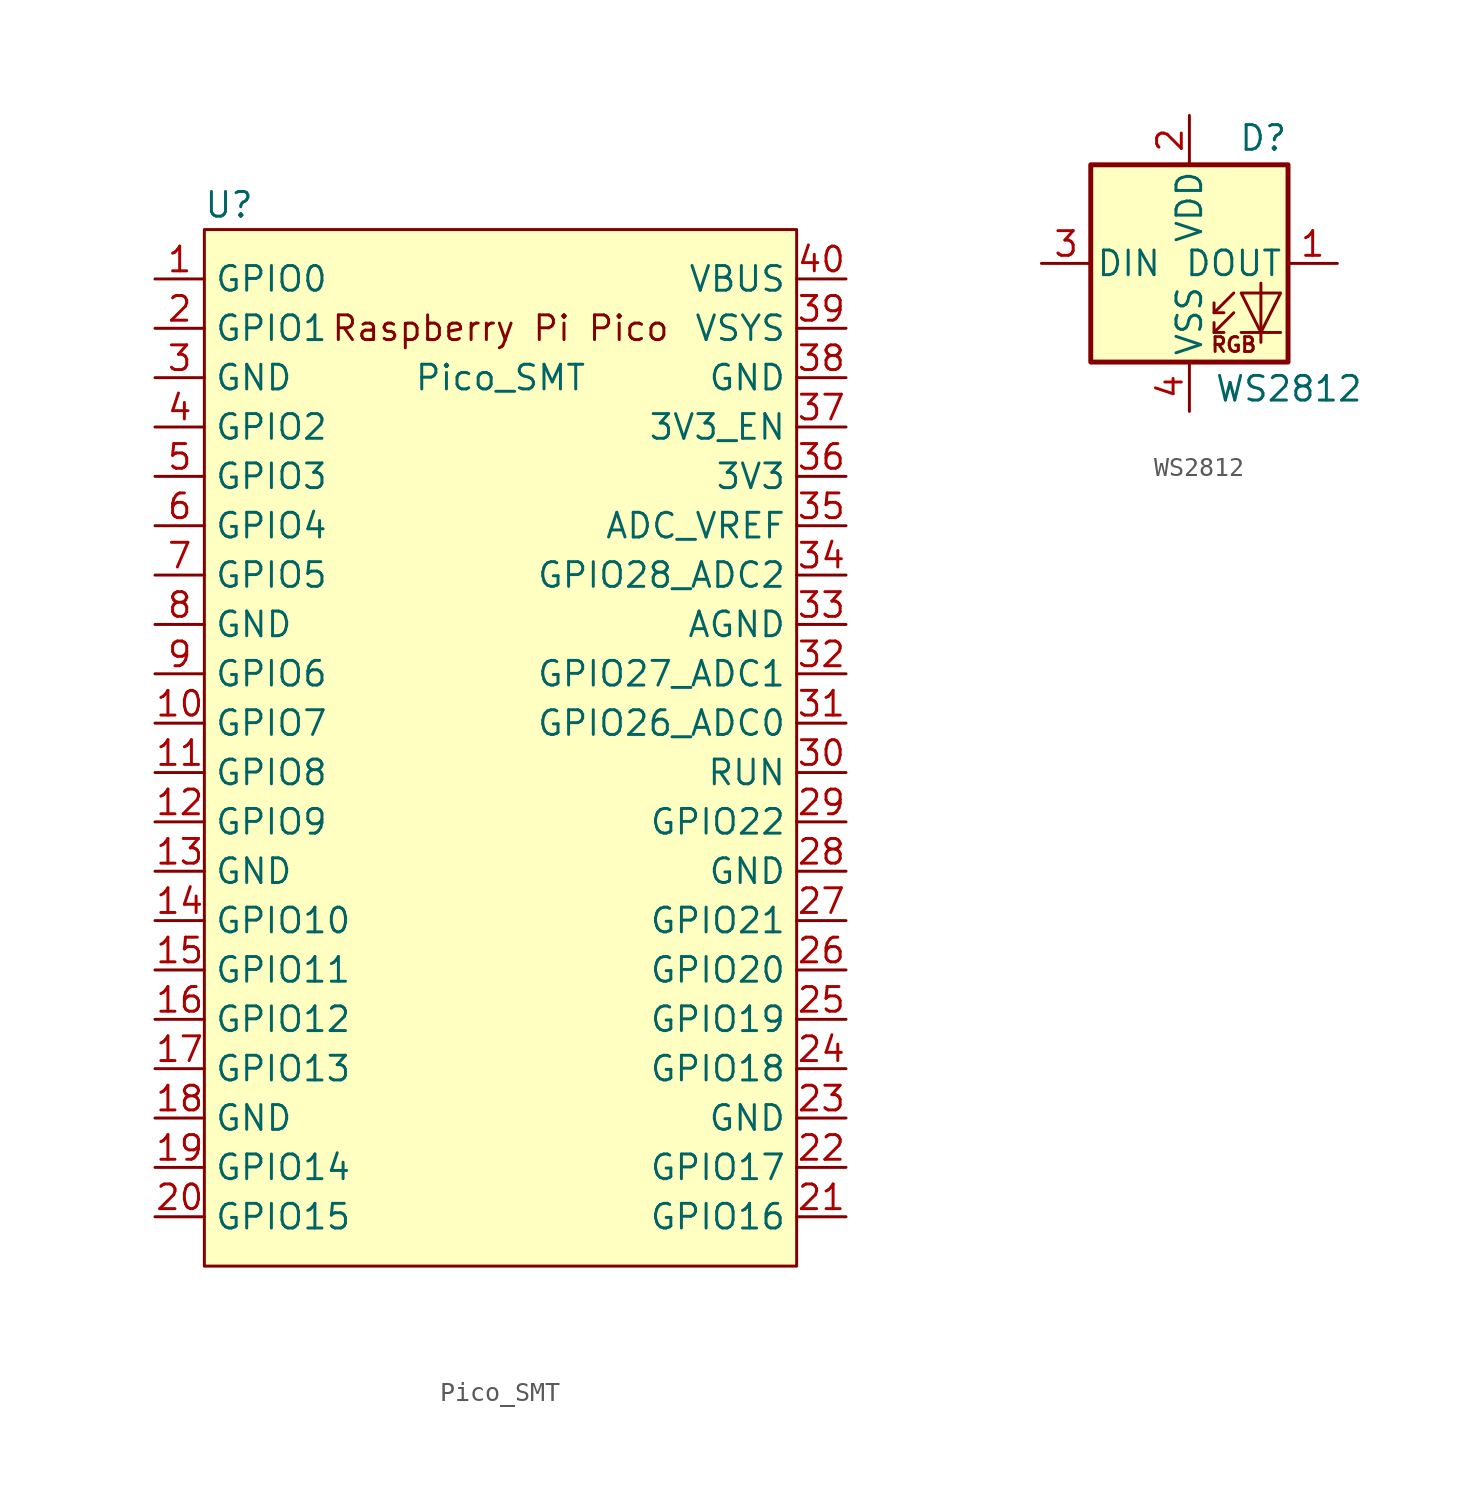
<source format=kicad_sym>
(kicad_symbol_lib
  (version 20220914)
  (generator kicad_symbol_editor)
  (symbol "Pico_SMT"
    (property "Reference" "U"
      (at -13.97 27.94 0)
      (effects (font (size 1.27 1.27))))
    (property "Value" "Pico_SMT"
      (at 0 19.05 0)
      (effects (font (size 1.27 1.27))))
    (symbol "Pico_SMT_0_0"
      (text "Raspberry Pi Pico" (at 0 21.59 0) (effects (font (size 1.27 1.27)))))
    (symbol "Pico_SMT_0_1"
      (rectangle (start -15.24 26.67) (end 15.24 -26.67) (stroke (width 0) (type default)) (fill (type background))))
    (symbol "Pico_SMT_1_1"
      (pin bidirectional line (at -17.78 24.13 0) (length 2.54) (name "GPIO0" (effects (font (size 1.27 1.27)))) (number "1" (effects (font (size 1.27 1.27)))))
      (pin bidirectional line (at -17.78 1.27 0) (length 2.54) (name "GPIO7" (effects (font (size 1.27 1.27)))) (number "10" (effects (font (size 1.27 1.27)))))
      (pin bidirectional line (at -17.78 -1.27 0) (length 2.54) (name "GPIO8" (effects (font (size 1.27 1.27)))) (number "11" (effects (font (size 1.27 1.27)))))
      (pin bidirectional line (at -17.78 -3.81 0) (length 2.54) (name "GPIO9" (effects (font (size 1.27 1.27)))) (number "12" (effects (font (size 1.27 1.27)))))
      (pin power_in line (at -17.78 -6.35 0) (length 2.54) (name "GND" (effects (font (size 1.27 1.27)))) (number "13" (effects (font (size 1.27 1.27)))))
      (pin bidirectional line (at -17.78 -8.89 0) (length 2.54) (name "GPIO10" (effects (font (size 1.27 1.27)))) (number "14" (effects (font (size 1.27 1.27)))))
      (pin bidirectional line (at -17.78 -11.43 0) (length 2.54) (name "GPIO11" (effects (font (size 1.27 1.27)))) (number "15" (effects (font (size 1.27 1.27)))))
      (pin bidirectional line (at -17.78 -13.97 0) (length 2.54) (name "GPIO12" (effects (font (size 1.27 1.27)))) (number "16" (effects (font (size 1.27 1.27)))))
      (pin bidirectional line (at -17.78 -16.51 0) (length 2.54) (name "GPIO13" (effects (font (size 1.27 1.27)))) (number "17" (effects (font (size 1.27 1.27)))))
      (pin power_in line (at -17.78 -19.05 0) (length 2.54) (name "GND" (effects (font (size 1.27 1.27)))) (number "18" (effects (font (size 1.27 1.27)))))
      (pin bidirectional line (at -17.78 -21.59 0) (length 2.54) (name "GPIO14" (effects (font (size 1.27 1.27)))) (number "19" (effects (font (size 1.27 1.27)))))
      (pin bidirectional line (at -17.78 21.59 0) (length 2.54) (name "GPIO1" (effects (font (size 1.27 1.27)))) (number "2" (effects (font (size 1.27 1.27)))))
      (pin bidirectional line (at -17.78 -24.13 0) (length 2.54) (name "GPIO15" (effects (font (size 1.27 1.27)))) (number "20" (effects (font (size 1.27 1.27)))))
      (pin bidirectional line (at 17.78 -24.13 180) (length 2.54) (name "GPIO16" (effects (font (size 1.27 1.27)))) (number "21" (effects (font (size 1.27 1.27)))))
      (pin bidirectional line (at 17.78 -21.59 180) (length 2.54) (name "GPIO17" (effects (font (size 1.27 1.27)))) (number "22" (effects (font (size 1.27 1.27)))))
      (pin power_in line (at 17.78 -19.05 180) (length 2.54) (name "GND" (effects (font (size 1.27 1.27)))) (number "23" (effects (font (size 1.27 1.27)))))
      (pin bidirectional line (at 17.78 -16.51 180) (length 2.54) (name "GPIO18" (effects (font (size 1.27 1.27)))) (number "24" (effects (font (size 1.27 1.27)))))
      (pin bidirectional line (at 17.78 -13.97 180) (length 2.54) (name "GPIO19" (effects (font (size 1.27 1.27)))) (number "25" (effects (font (size 1.27 1.27)))))
      (pin bidirectional line (at 17.78 -11.43 180) (length 2.54) (name "GPIO20" (effects (font (size 1.27 1.27)))) (number "26" (effects (font (size 1.27 1.27)))))
      (pin bidirectional line (at 17.78 -8.89 180) (length 2.54) (name "GPIO21" (effects (font (size 1.27 1.27)))) (number "27" (effects (font (size 1.27 1.27)))))
      (pin power_in line (at 17.78 -6.35 180) (length 2.54) (name "GND" (effects (font (size 1.27 1.27)))) (number "28" (effects (font (size 1.27 1.27)))))
      (pin bidirectional line (at 17.78 -3.81 180) (length 2.54) (name "GPIO22" (effects (font (size 1.27 1.27)))) (number "29" (effects (font (size 1.27 1.27)))))
      (pin power_in line (at -17.78 19.05 0) (length 2.54) (name "GND" (effects (font (size 1.27 1.27)))) (number "3" (effects (font (size 1.27 1.27)))))
      (pin input line (at 17.78 -1.27 180) (length 2.54) (name "RUN" (effects (font (size 1.27 1.27)))) (number "30" (effects (font (size 1.27 1.27)))))
      (pin bidirectional line (at 17.78 1.27 180) (length 2.54) (name "GPIO26_ADC0" (effects (font (size 1.27 1.27)))) (number "31" (effects (font (size 1.27 1.27)))))
      (pin bidirectional line (at 17.78 3.81 180) (length 2.54) (name "GPIO27_ADC1" (effects (font (size 1.27 1.27)))) (number "32" (effects (font (size 1.27 1.27)))))
      (pin power_in line (at 17.78 6.35 180) (length 2.54) (name "AGND" (effects (font (size 1.27 1.27)))) (number "33" (effects (font (size 1.27 1.27)))))
      (pin bidirectional line (at 17.78 8.89 180) (length 2.54) (name "GPIO28_ADC2" (effects (font (size 1.27 1.27)))) (number "34" (effects (font (size 1.27 1.27)))))
      (pin power_in line (at 17.78 11.43 180) (length 2.54) (name "ADC_VREF" (effects (font (size 1.27 1.27)))) (number "35" (effects (font (size 1.27 1.27)))))
      (pin power_in line (at 17.78 13.97 180) (length 2.54) (name "3V3" (effects (font (size 1.27 1.27)))) (number "36" (effects (font (size 1.27 1.27)))))
      (pin input line (at 17.78 16.51 180) (length 2.54) (name "3V3_EN" (effects (font (size 1.27 1.27)))) (number "37" (effects (font (size 1.27 1.27)))))
      (pin bidirectional line (at 17.78 19.05 180) (length 2.54) (name "GND" (effects (font (size 1.27 1.27)))) (number "38" (effects (font (size 1.27 1.27)))))
      (pin power_in line (at 17.78 21.59 180) (length 2.54) (name "VSYS" (effects (font (size 1.27 1.27)))) (number "39" (effects (font (size 1.27 1.27)))))
      (pin bidirectional line (at -17.78 16.51 0) (length 2.54) (name "GPIO2" (effects (font (size 1.27 1.27)))) (number "4" (effects (font (size 1.27 1.27)))))
      (pin power_in line (at 17.78 24.13 180) (length 2.54) (name "VBUS" (effects (font (size 1.27 1.27)))) (number "40" (effects (font (size 1.27 1.27)))))
      (pin bidirectional line (at -17.78 13.97 0) (length 2.54) (name "GPIO3" (effects (font (size 1.27 1.27)))) (number "5" (effects (font (size 1.27 1.27)))))
      (pin bidirectional line (at -17.78 11.43 0) (length 2.54) (name "GPIO4" (effects (font (size 1.27 1.27)))) (number "6" (effects (font (size 1.27 1.27)))))
      (pin bidirectional line (at -17.78 8.89 0) (length 2.54) (name "GPIO5" (effects (font (size 1.27 1.27)))) (number "7" (effects (font (size 1.27 1.27)))))
      (pin power_in line (at -17.78 6.35 0) (length 2.54) (name "GND" (effects (font (size 1.27 1.27)))) (number "8" (effects (font (size 1.27 1.27)))))
      (pin bidirectional line (at -17.78 3.81 0) (length 2.54) (name "GPIO6" (effects (font (size 1.27 1.27)))) (number "9" (effects (font (size 1.27 1.27)))))))
  (symbol "WS2812"
    (pin_names
      (offset 0.254))
    (property "Reference" "D"
      (at 5.08 5.715 0)
      (effects (font (size 1.27 1.27)) (justify right bottom)))
    (property "Value" "WS2812"
      (at 1.27 -5.715 0)
      (effects (font (size 1.27 1.27)) (justify left top)))
    (symbol "WS2812_0_0"
      (text "RGB" (at 2.286 -4.191 0) (effects (font (size 0.762 0.762)))))
    (symbol "WS2812_0_1"
      (polyline (pts (xy 1.27 -3.556) (xy 1.778 -3.556)) (stroke (width 0) (type default)) (fill (type none)))
      (polyline (pts (xy 1.27 -2.54) (xy 1.778 -2.54)) (stroke (width 0) (type default)) (fill (type none)))
      (polyline (pts (xy 4.699 -3.556) (xy 2.667 -3.556)) (stroke (width 0) (type default)) (fill (type none)))
      (polyline (pts (xy 2.286 -2.54) (xy 1.27 -3.556) (xy 1.27 -3.048)) (stroke (width 0) (type default)) (fill (type none)))
      (polyline (pts (xy 2.286 -1.524) (xy 1.27 -2.54) (xy 1.27 -2.032)) (stroke (width 0) (type default)) (fill (type none)))
      (polyline (pts (xy 3.683 -1.016) (xy 3.683 -3.556) (xy 3.683 -4.064)) (stroke (width 0) (type default)) (fill (type none)))
      (polyline (pts (xy 4.699 -1.524) (xy 2.667 -1.524) (xy 3.683 -3.556) (xy 4.699 -1.524)) (stroke (width 0) (type default)) (fill (type none)))
      (rectangle (start 5.08 5.08) (end -5.08 -5.08) (stroke (width 0.254) (type default)) (fill (type background))))
    (symbol "WS2812_1_1"
      (pin output line (at 7.62 0 180) (length 2.54) (name "DOUT" (effects (font (size 1.27 1.27)))) (number "1" (effects (font (size 1.27 1.27)))))
      (pin power_in line (at 0 7.62 270) (length 2.54) (name "VDD" (effects (font (size 1.27 1.27)))) (number "2" (effects (font (size 1.27 1.27)))))
      (pin input line (at -7.62 0 0) (length 2.54) (name "DIN" (effects (font (size 1.27 1.27)))) (number "3" (effects (font (size 1.27 1.27)))))
      (pin power_in line (at 0 -7.62 90) (length 2.54) (name "VSS" (effects (font (size 1.27 1.27)))) (number "4" (effects (font (size 1.27 1.27))))))))
</source>
